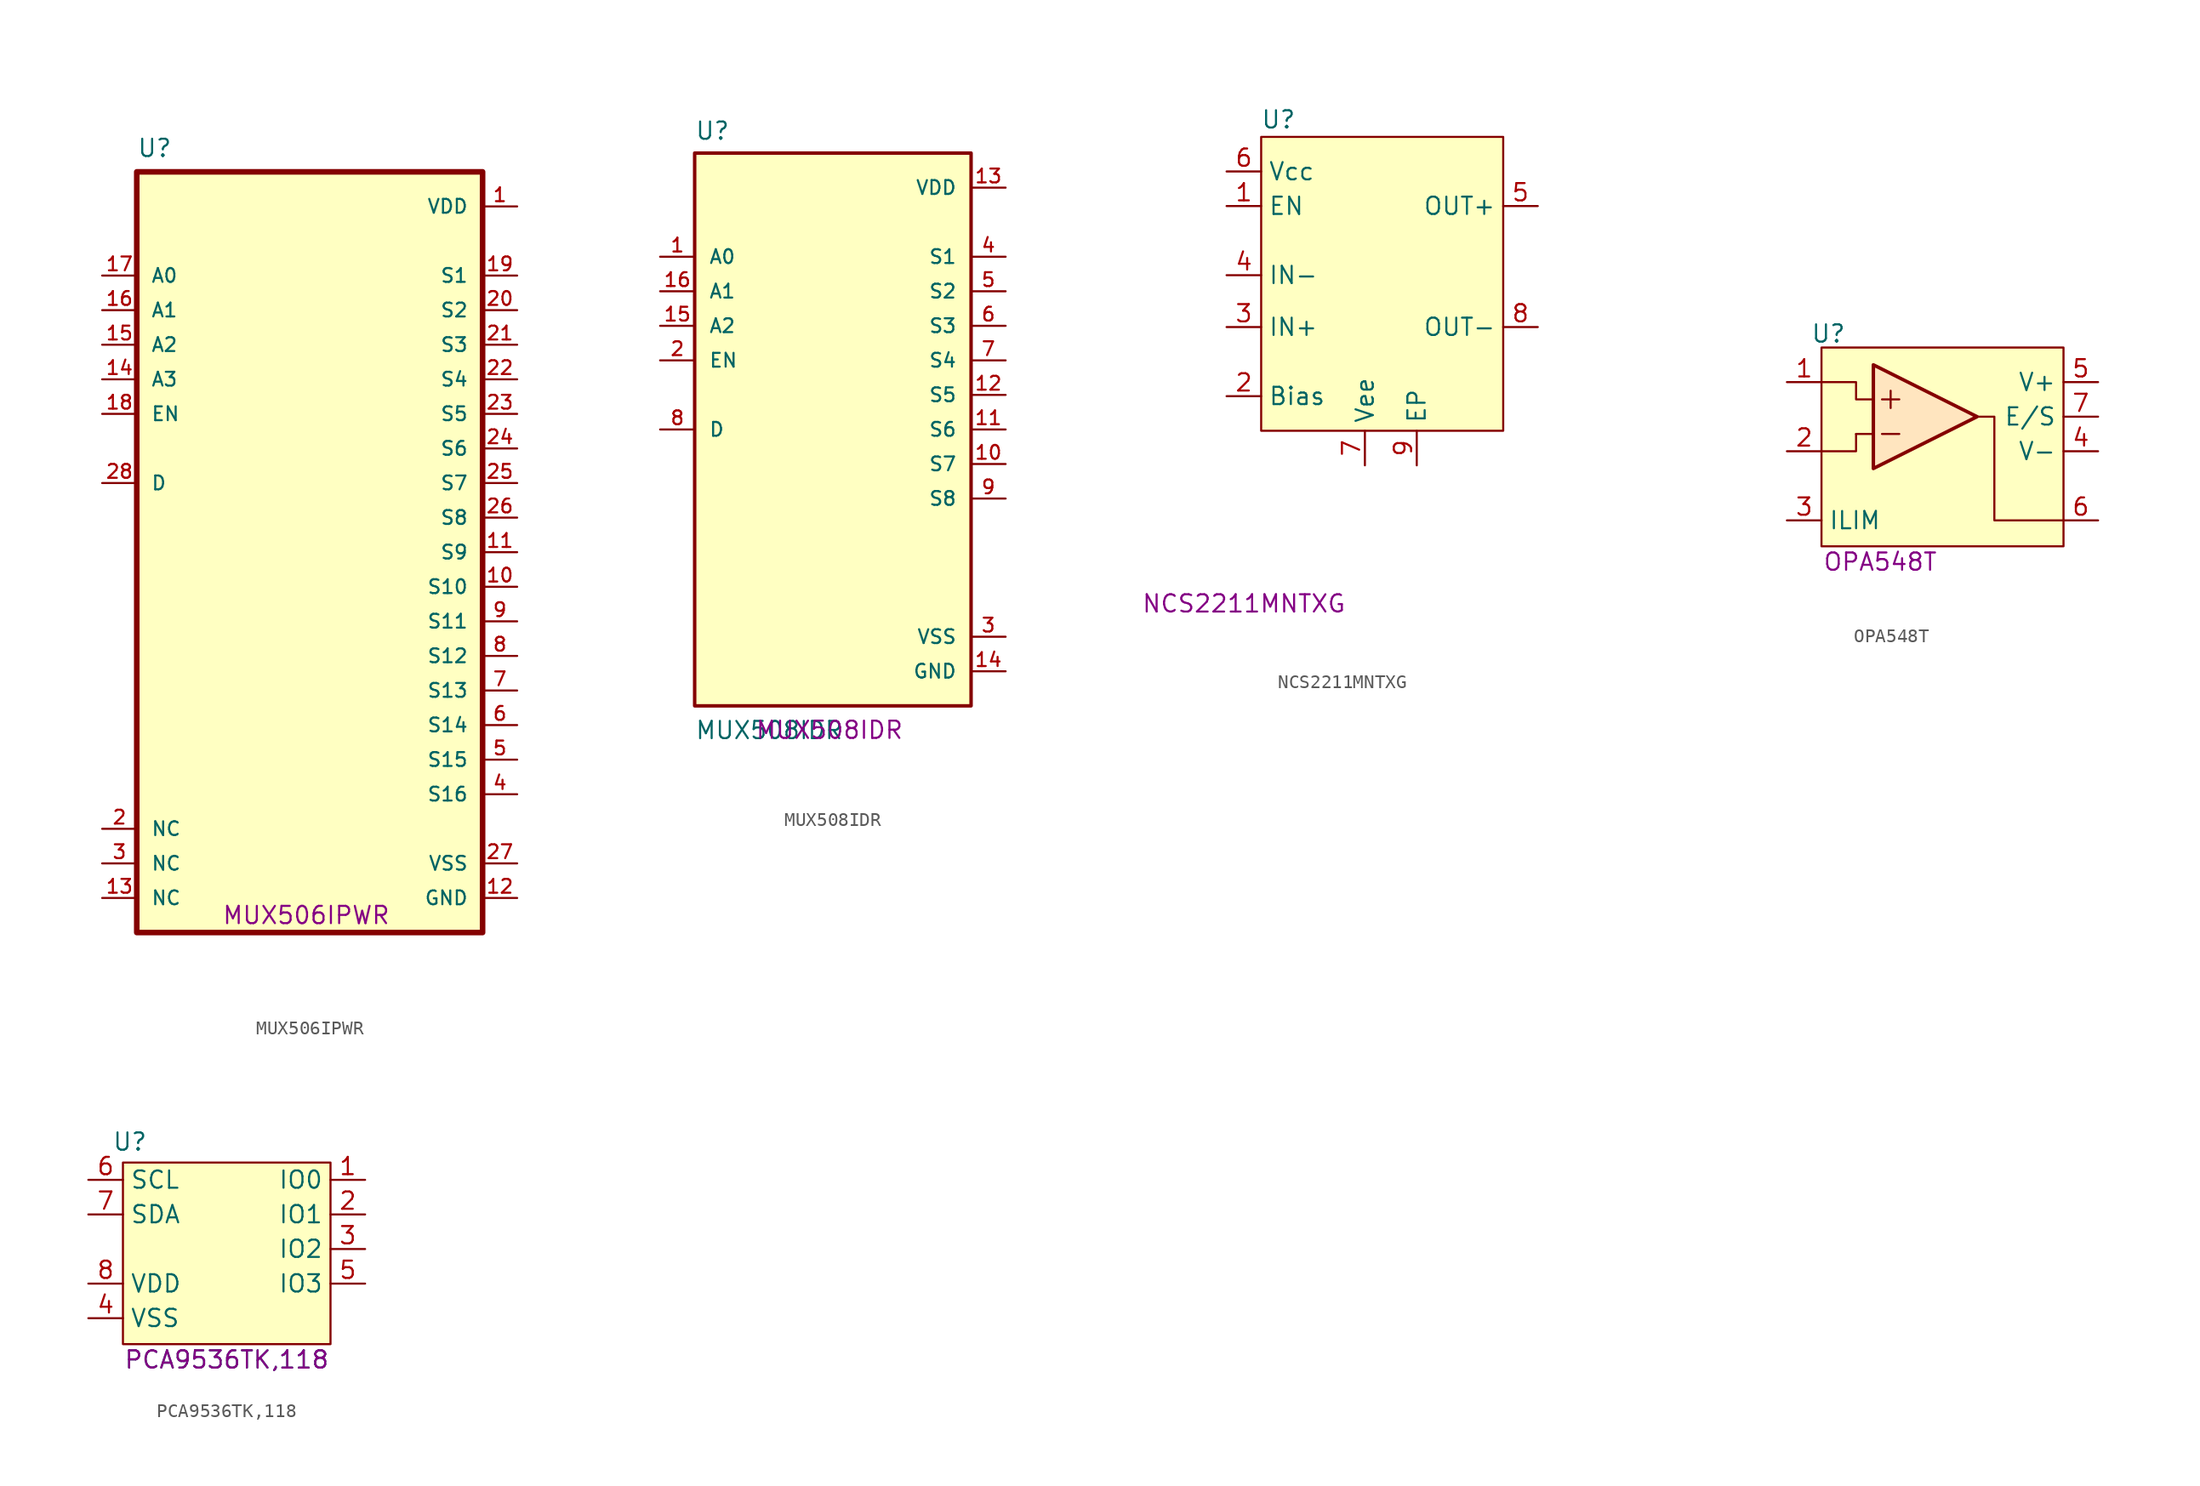
<source format=kicad_sym>
(kicad_symbol_lib
  (version 20241209)
  (generator "kicad_symbol_editor")
  (generator_version "9.0")
  (symbol "MUX506IPWR"
    (pin_names
      (offset 1.016))
    (property "Reference" "U"
      (at -27.94 3.54 0)
      (effects (font (size 1.27 1.27)) (justify left bottom)))
    (property "PartNumber" "MUX506IPWR"
      (at -15.494 -52.07 0)
      (effects (font (size 1.27 1.27))))
    (symbol "MUX506IPWR_0_0"
      (rectangle (start -27.94 -53.34) (end -2.54 2.54) (stroke (width 0.41) (type default)) (fill (type background)))
      (pin passive line (at -30.48 -5.08 0) (length 2.54) (name "A0" (effects (font (size 1.016 1.016)))) (number "17" (effects (font (size 1.016 1.016)))))
      (pin passive line (at -30.48 -7.62 0) (length 2.54) (name "A1" (effects (font (size 1.016 1.016)))) (number "16" (effects (font (size 1.016 1.016)))))
      (pin passive line (at -30.48 -10.16 0) (length 2.54) (name "A2" (effects (font (size 1.016 1.016)))) (number "15" (effects (font (size 1.016 1.016)))))
      (pin passive line (at -30.48 -12.7 0) (length 2.54) (name "A3" (effects (font (size 1.016 1.016)))) (number "14" (effects (font (size 1.016 1.016)))))
      (pin passive line (at -30.48 -15.24 0) (length 2.54) (name "EN" (effects (font (size 1.016 1.016)))) (number "18" (effects (font (size 1.016 1.016)))))
      (pin passive line (at -30.48 -20.32 0) (length 2.54) (name "D" (effects (font (size 1.016 1.016)))) (number "28" (effects (font (size 1.016 1.016)))))
      (pin passive line (at 0 0 180) (length 2.54) (name "VDD" (effects (font (size 1.016 1.016)))) (number "1" (effects (font (size 1.016 1.016)))))
      (pin passive line (at 0 -5.08 180) (length 2.54) (name "S1" (effects (font (size 1.016 1.016)))) (number "19" (effects (font (size 1.016 1.016)))))
      (pin passive line (at 0 -7.62 180) (length 2.54) (name "S2" (effects (font (size 1.016 1.016)))) (number "20" (effects (font (size 1.016 1.016)))))
      (pin passive line (at 0 -10.16 180) (length 2.54) (name "S3" (effects (font (size 1.016 1.016)))) (number "21" (effects (font (size 1.016 1.016)))))
      (pin passive line (at 0 -12.7 180) (length 2.54) (name "S4" (effects (font (size 1.016 1.016)))) (number "22" (effects (font (size 1.016 1.016)))))
      (pin passive line (at 0 -15.24 180) (length 2.54) (name "S5" (effects (font (size 1.016 1.016)))) (number "23" (effects (font (size 1.016 1.016)))))
      (pin passive line (at 0 -17.78 180) (length 2.54) (name "S6" (effects (font (size 1.016 1.016)))) (number "24" (effects (font (size 1.016 1.016)))))
      (pin passive line (at 0 -20.32 180) (length 2.54) (name "S7" (effects (font (size 1.016 1.016)))) (number "25" (effects (font (size 1.016 1.016)))))
      (pin passive line (at 0 -22.86 180) (length 2.54) (name "S8" (effects (font (size 1.016 1.016)))) (number "26" (effects (font (size 1.016 1.016)))))
      (pin passive line (at 0 -25.4 180) (length 2.54) (name "S9" (effects (font (size 1.016 1.016)))) (number "11" (effects (font (size 1.016 1.016)))))
      (pin passive line (at 0 -27.94 180) (length 2.54) (name "S10" (effects (font (size 1.016 1.016)))) (number "10" (effects (font (size 1.016 1.016)))))
      (pin passive line (at 0 -30.48 180) (length 2.54) (name "S11" (effects (font (size 1.016 1.016)))) (number "9" (effects (font (size 1.016 1.016)))))
      (pin passive line (at 0 -33.02 180) (length 2.54) (name "S12" (effects (font (size 1.016 1.016)))) (number "8" (effects (font (size 1.016 1.016)))))
      (pin passive line (at 0 -35.56 180) (length 2.54) (name "S13" (effects (font (size 1.016 1.016)))) (number "7" (effects (font (size 1.016 1.016)))))
      (pin passive line (at 0 -38.1 180) (length 2.54) (name "S14" (effects (font (size 1.016 1.016)))) (number "6" (effects (font (size 1.016 1.016)))))
      (pin passive line (at 0 -40.64 180) (length 2.54) (name "S15" (effects (font (size 1.016 1.016)))) (number "5" (effects (font (size 1.016 1.016)))))
      (pin passive line (at 0 -43.18 180) (length 2.54) (name "S16" (effects (font (size 1.016 1.016)))) (number "4" (effects (font (size 1.016 1.016)))))
      (pin passive line (at 0 -48.26 180) (length 2.54) (name "VSS" (effects (font (size 1.016 1.016)))) (number "27" (effects (font (size 1.016 1.016)))))
      (pin passive line (at 0 -50.8 180) (length 2.54) (name "GND" (effects (font (size 1.016 1.016)))) (number "12" (effects (font (size 1.016 1.016))))))
    (symbol "MUX506IPWR_1_0"
      (pin passive line (at -30.48 -45.72 0) (length 2.54) (name "NC" (effects (font (size 1.016 1.016)))) (number "2" (effects (font (size 1.016 1.016)))))
      (pin passive line (at -30.48 -48.26 0) (length 2.54) (name "NC" (effects (font (size 1.016 1.016)))) (number "3" (effects (font (size 1.016 1.016)))))
      (pin passive line (at -30.48 -50.8 0) (length 2.54) (name "NC" (effects (font (size 1.016 1.016)))) (number "13" (effects (font (size 1.016 1.016)))))))
  (symbol "MUX508IDR"
    (pin_names
      (offset 1.016))
    (property "Reference" "U"
      (at 2.54 13.589 0)
      (effects (font (size 1.27 1.27)) (justify left bottom)))
    (property "Value" "MUX508IDR"
      (at 2.54 -30.48 0)
      (effects (font (size 1.27 1.27)) (justify left bottom)))
    (property "PartNumber" "MUX508IDR"
      (at 12.446 -29.718 0)
      (effects (font (size 1.27 1.27))))
    (symbol "MUX508IDR_0_0"
      (rectangle (start 2.54 -27.94) (end 22.86 12.7) (stroke (width 0.254) (type default)) (fill (type background)))
      (pin passive line (at 0 5.08 0) (length 2.54) (name "A0" (effects (font (size 1.016 1.016)))) (number "1" (effects (font (size 1.016 1.016)))))
      (pin passive line (at 0 2.54 0) (length 2.54) (name "A1" (effects (font (size 1.016 1.016)))) (number "16" (effects (font (size 1.016 1.016)))))
      (pin passive line (at 0 0 0) (length 2.54) (name "A2" (effects (font (size 1.016 1.016)))) (number "15" (effects (font (size 1.016 1.016)))))
      (pin passive line (at 0 -2.54 0) (length 2.54) (name "EN" (effects (font (size 1.016 1.016)))) (number "2" (effects (font (size 1.016 1.016)))))
      (pin passive line (at 0 -7.62 0) (length 2.54) (name "D" (effects (font (size 1.016 1.016)))) (number "8" (effects (font (size 1.016 1.016)))))
      (pin passive line (at 25.4 10.16 180) (length 2.54) (name "VDD" (effects (font (size 1.016 1.016)))) (number "13" (effects (font (size 1.016 1.016)))))
      (pin passive line (at 25.4 5.08 180) (length 2.54) (name "S1" (effects (font (size 1.016 1.016)))) (number "4" (effects (font (size 1.016 1.016)))))
      (pin passive line (at 25.4 2.54 180) (length 2.54) (name "S2" (effects (font (size 1.016 1.016)))) (number "5" (effects (font (size 1.016 1.016)))))
      (pin passive line (at 25.4 0 180) (length 2.54) (name "S3" (effects (font (size 1.016 1.016)))) (number "6" (effects (font (size 1.016 1.016)))))
      (pin passive line (at 25.4 -2.54 180) (length 2.54) (name "S4" (effects (font (size 1.016 1.016)))) (number "7" (effects (font (size 1.016 1.016)))))
      (pin passive line (at 25.4 -5.08 180) (length 2.54) (name "S5" (effects (font (size 1.016 1.016)))) (number "12" (effects (font (size 1.016 1.016)))))
      (pin passive line (at 25.4 -7.62 180) (length 2.54) (name "S6" (effects (font (size 1.016 1.016)))) (number "11" (effects (font (size 1.016 1.016)))))
      (pin passive line (at 25.4 -10.16 180) (length 2.54) (name "S7" (effects (font (size 1.016 1.016)))) (number "10" (effects (font (size 1.016 1.016)))))
      (pin passive line (at 25.4 -12.7 180) (length 2.54) (name "S8" (effects (font (size 1.016 1.016)))) (number "9" (effects (font (size 1.016 1.016)))))
      (pin passive line (at 25.4 -22.86 180) (length 2.54) (name "VSS" (effects (font (size 1.016 1.016)))) (number "3" (effects (font (size 1.016 1.016)))))
      (pin passive line (at 25.4 -25.4 180) (length 2.54) (name "GND" (effects (font (size 1.016 1.016)))) (number "14" (effects (font (size 1.016 1.016)))))))
  (symbol "NCS2211MNTXG"
    (property "Reference" "U"
      (at 3.81 6.35 0)
      (effects (font (size 1.27 1.27))))
    (property "PartNumber" "NCS2211MNTXG"
      (at 1.27 -29.21 0)
      (effects (font (size 1.27 1.27))))
    (symbol "NCS2211MNTXG_0_0"
      (pin passive line (at 0 2.54 0) (length 2.54) (name "Vcc" (effects (font (size 1.27 1.27)))) (number "6" (effects (font (size 1.27 1.27)))))
      (pin passive line (at 0 0 0) (length 2.54) (name "EN" (effects (font (size 1.27 1.27)))) (number "1" (effects (font (size 1.27 1.27)))))
      (pin passive line (at 0 -5.08 0) (length 2.54) (name "IN-" (effects (font (size 1.27 1.27)))) (number "4" (effects (font (size 1.27 1.27)))))
      (pin passive line (at 0 -8.89 0) (length 2.54) (name "IN+" (effects (font (size 1.27 1.27)))) (number "3" (effects (font (size 1.27 1.27)))))
      (pin passive line (at 0 -13.97 0) (length 2.54) (name "Bias" (effects (font (size 1.27 1.27)))) (number "2" (effects (font (size 1.27 1.27)))))
      (pin passive line (at 10.16 -19.05 90) (length 2.54) (name "Vee" (effects (font (size 1.27 1.27)))) (number "7" (effects (font (size 1.27 1.27)))))
      (pin passive line (at 22.86 0 180) (length 2.54) (name "OUT+" (effects (font (size 1.27 1.27)))) (number "5" (effects (font (size 1.27 1.27)))))
      (pin passive line (at 22.86 -8.89 180) (length 2.54) (name "OUT-" (effects (font (size 1.27 1.27)))) (number "8" (effects (font (size 1.27 1.27))))))
    (symbol "NCS2211MNTXG_1_0"
      (pin passive line (at 13.97 -19.05 90) (length 2.54) (name "EP" (effects (font (size 1.27 1.27)))) (number "9" (effects (font (size 1.27 1.27))))))
    (symbol "NCS2211MNTXG_1_1"
      (rectangle (start 2.54 5.08) (end 20.32 -16.51) (stroke (width 0) (type default)) (fill (type background)))))
  (symbol "OPA548T"
    (property "Reference" "U"
      (at 3.048 3.556 0)
      (effects (font (size 1.27 1.27))))
    (property "Value" ""
      (at -7.62 20.32 0)
      (effects (font (size 1.27 1.27))))
    (property "PartNumber" "OPA548T"
      (at 6.858 -13.208 0)
      (effects (font (size 1.27 1.27))))
    (symbol "OPA548T_0_1"
      (polyline (pts (xy 2.54 0) (xy 5.08 0) (xy 5.08 -1.27) (xy 6.35 -1.27)) (stroke (width 0) (type default)) (fill (type none)))
      (polyline (pts (xy 2.54 -5.08) (xy 5.08 -5.08) (xy 5.08 -3.81)) (stroke (width 0) (type default)) (fill (type none)))
      (polyline (pts (xy 5.08 -3.81) (xy 6.35 -3.81)) (stroke (width 0) (type default)) (fill (type none)))
      (polyline (pts (xy 6.985 -1.27) (xy 8.255 -1.27)) (stroke (width 0) (type default)) (fill (type none)))
      (polyline (pts (xy 6.985 -3.81) (xy 8.255 -3.81)) (stroke (width 0) (type default)) (fill (type none)))
      (polyline (pts (xy 7.62 -0.635) (xy 7.62 -1.905)) (stroke (width 0) (type default)) (fill (type none)))
      (polyline (pts (xy 13.97 -2.54) (xy 15.24 -2.54) (xy 15.24 -10.16) (xy 20.32 -10.16)) (stroke (width 0) (type default)) (fill (type none))))
    (symbol "OPA548T_1_0"
      (pin passive line (at 0 0 0) (length 2.54) (name "" (effects (font (size 1.27 1.27)))) (number "1" (effects (font (size 1.27 1.27)))))
      (pin passive line (at 22.86 -2.54 180) (length 2.54) (name "E/S" (effects (font (size 1.27 1.27)))) (number "7" (effects (font (size 1.27 1.27))))))
    (symbol "OPA548T_1_1"
      (rectangle (start 2.54 2.54) (end 20.32 -12.065) (stroke (width 0) (type default)) (fill (type background)))
      (polyline (pts (xy 6.35 1.27) (xy 13.97 -2.54) (xy 6.35 -6.35) (xy 6.35 1.27)) (stroke (width 0.254) (type default)) (fill (type color) (color 255 229 191 1)))
      (pin passive line (at 0 -5.08 0) (length 2.54) (name "" (effects (font (size 1.27 1.27)))) (number "2" (effects (font (size 1.27 1.27)))))
      (pin passive line (at 0 -10.16 0) (length 2.54) (name "ILIM" (effects (font (size 1.27 1.27)))) (number "3" (effects (font (size 1.27 1.27)))))
      (pin passive line (at 22.86 0 180) (length 2.54) (name "V+" (effects (font (size 1.27 1.27)))) (number "5" (effects (font (size 1.27 1.27)))))
      (pin passive line (at 22.86 -5.08 180) (length 2.54) (name "V-" (effects (font (size 1.27 1.27)))) (number "4" (effects (font (size 1.27 1.27)))))
      (pin passive line (at 22.86 -10.16 180) (length 2.54) (name "" (effects (font (size 1.27 1.27)))) (number "6" (effects (font (size 1.27 1.27)))))))
  (symbol "PCA9536TK,118"
    (property "Reference" "U"
      (at 3.048 2.794 0)
      (effects (font (size 1.27 1.27))))
    (property "Value" "PCA9536TK,118"
      (at 10.16 -13.208 0)
      (effects (font (size 1.27 1.27))))
    (property "PartNumber" "PCA9536TK,118"
      (at 10.16 -13.208 0)
      (effects (font (size 1.27 1.27))))
    (symbol "PCA9536TK,118_0_0"
      (pin passive line (at 0 0 0) (length 2.54) (name "SCL" (effects (font (size 1.27 1.27)))) (number "6" (effects (font (size 1.27 1.27)))))
      (pin passive line (at 0 -2.54 0) (length 2.54) (name "SDA" (effects (font (size 1.27 1.27)))) (number "7" (effects (font (size 1.27 1.27)))))
      (pin passive line (at 0 -7.62 0) (length 2.54) (name "VDD" (effects (font (size 1.27 1.27)))) (number "8" (effects (font (size 1.27 1.27)))))
      (pin passive line (at 0 -10.16 0) (length 2.54) (name "VSS" (effects (font (size 1.27 1.27)))) (number "4" (effects (font (size 1.27 1.27)))))
      (pin passive line (at 20.32 0 180) (length 2.54) (name "IO0" (effects (font (size 1.27 1.27)))) (number "1" (effects (font (size 1.27 1.27)))))
      (pin passive line (at 20.32 -2.54 180) (length 2.54) (name "IO1" (effects (font (size 1.27 1.27)))) (number "2" (effects (font (size 1.27 1.27)))))
      (pin passive line (at 20.32 -5.08 180) (length 2.54) (name "IO2" (effects (font (size 1.27 1.27)))) (number "3" (effects (font (size 1.27 1.27)))))
      (pin passive line (at 20.32 -7.62 180) (length 2.54) (name "IO3" (effects (font (size 1.27 1.27)))) (number "5" (effects (font (size 1.27 1.27))))))
    (symbol "PCA9536TK,118_1_1"
      (rectangle (start 2.54 1.27) (end 17.78 -12.065) (stroke (width 0) (type default)) (fill (type background)))
      (pin input line (at 20.32 -10.16 180) (length 2.54) (hide yes) (name "NC" (effects (font (size 1.27 1.27)))) (number "9" (effects (font (size 1.27 1.27))))))))
</source>
